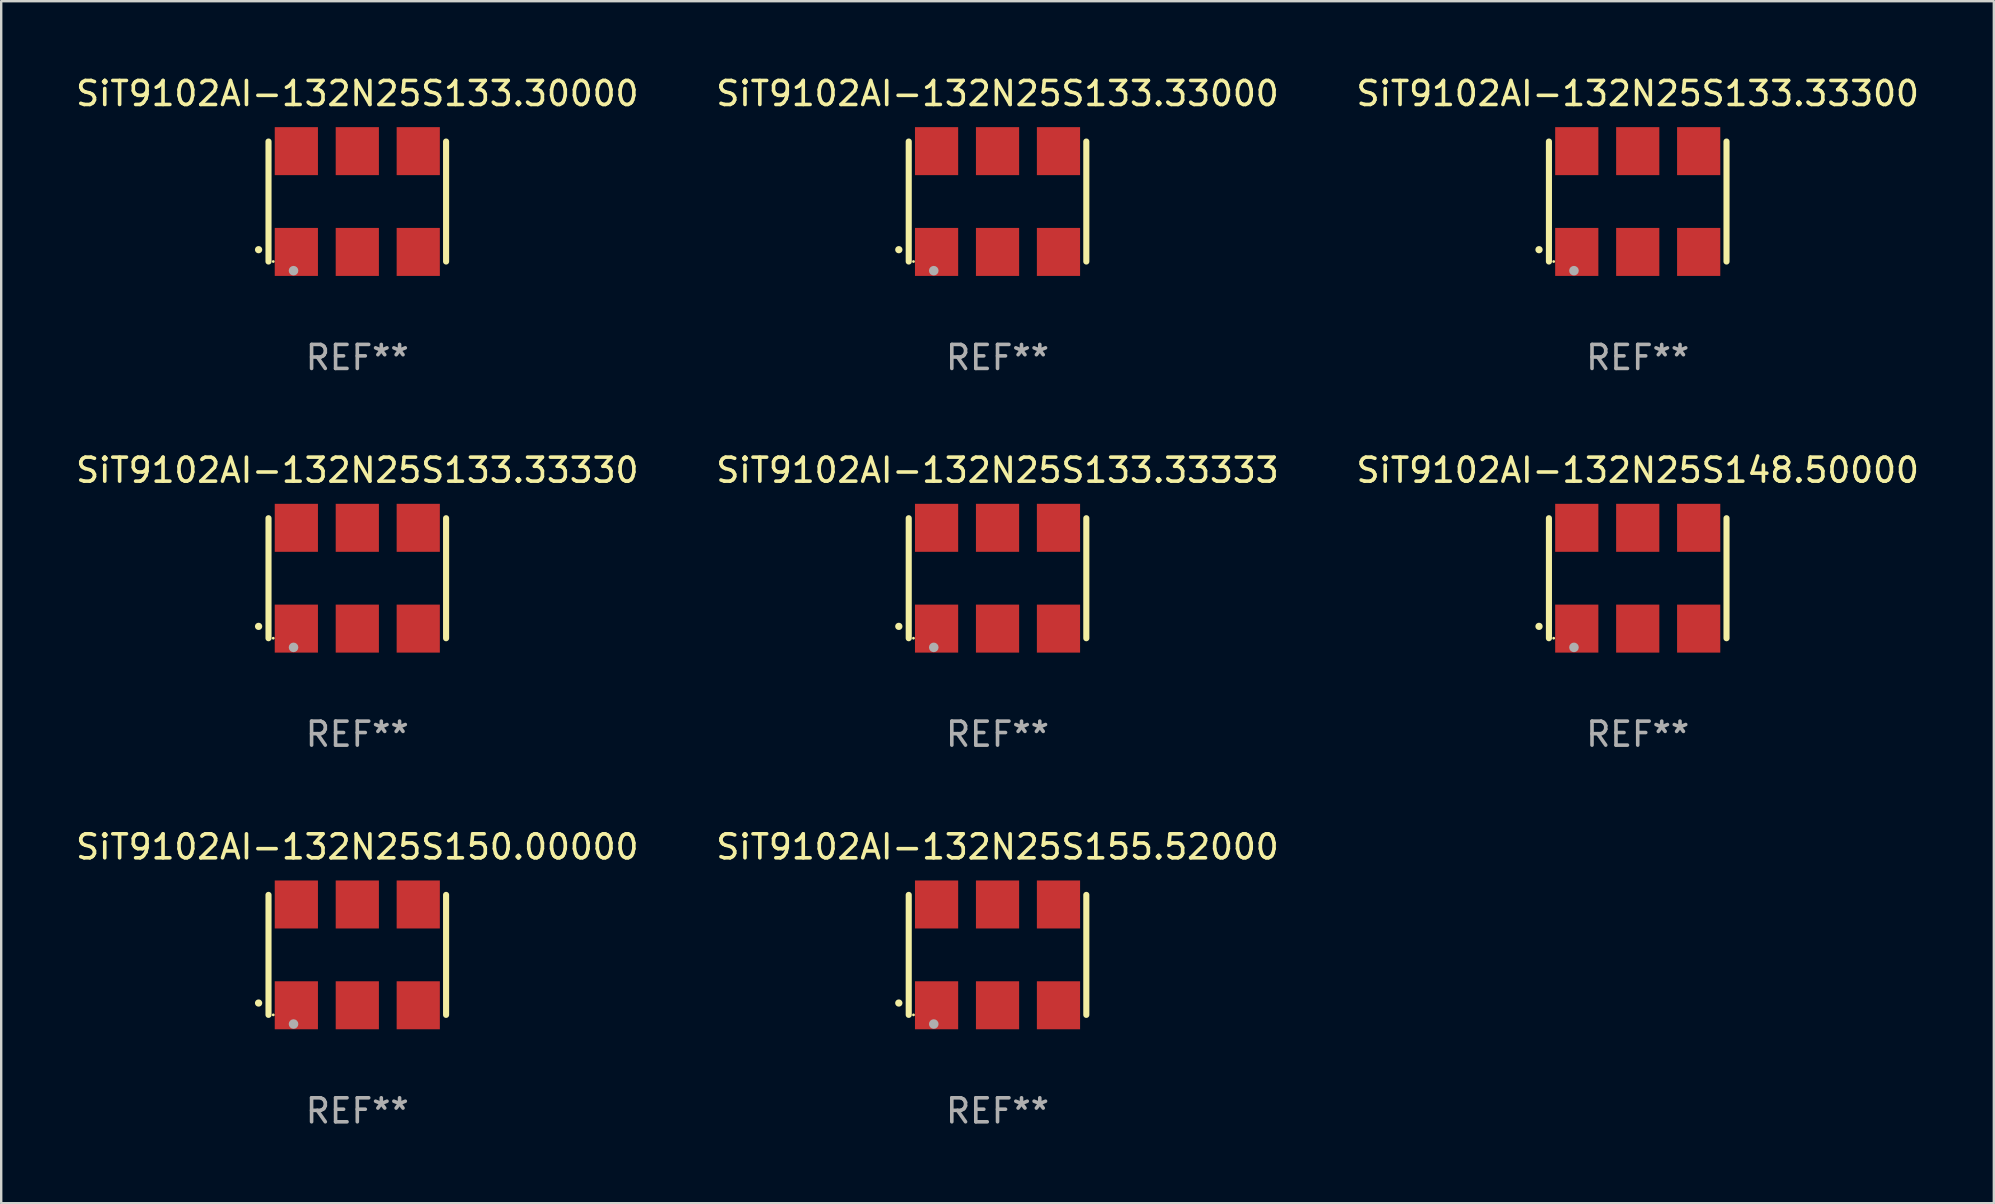
<source format=kicad_pcb>
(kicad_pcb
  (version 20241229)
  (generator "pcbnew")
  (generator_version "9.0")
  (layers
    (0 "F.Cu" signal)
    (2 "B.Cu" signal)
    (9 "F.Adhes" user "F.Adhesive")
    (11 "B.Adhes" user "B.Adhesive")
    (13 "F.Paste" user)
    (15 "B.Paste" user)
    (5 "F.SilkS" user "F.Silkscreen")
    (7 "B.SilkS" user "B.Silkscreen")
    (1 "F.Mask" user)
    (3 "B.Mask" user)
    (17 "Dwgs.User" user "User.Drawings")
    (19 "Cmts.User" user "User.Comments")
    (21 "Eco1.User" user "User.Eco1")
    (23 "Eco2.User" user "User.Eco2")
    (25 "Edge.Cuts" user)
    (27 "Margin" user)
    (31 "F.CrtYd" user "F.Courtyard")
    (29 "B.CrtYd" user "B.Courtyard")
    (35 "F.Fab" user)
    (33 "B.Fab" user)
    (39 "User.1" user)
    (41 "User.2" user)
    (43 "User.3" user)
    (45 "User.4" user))
  (footprint "SiT9102AI-132N25S133.33300"
    (layer "F.Cu")
    (at 65.196 5.348)
    (property "Reference" "SiT9102AI-132N25S133.33300" (at 0 -4.5 0) (layer "F.SilkS") (effects (font (size 1 1) (thickness 0.15))))
    (attr through_hole)
    (fp_line (start -3.7 -2.5) (end -3.7 2.5) (stroke (width 0.254) (type solid)) (layer "F.SilkS"))
    (fp_line (start 3.7 -2.5) (end 3.7 2.5) (stroke (width 0.254) (type solid)) (layer "F.SilkS"))
    (fp_arc (start -4.114415 2.006604) (mid -4.113145 2.006599) (end -4.111875 2.006604) (stroke (width 0.3) (type solid)) (layer "F.SilkS"))
    (fp_circle (center -3.502 2.5) (end -3.472 2.5) (stroke (width 0.06) (type solid)) (fill no) (layer "F.SilkS"))
    (fp_circle (center -2.657 2.882) (end -2.557 2.882) (stroke (width 0.2) (type solid)) (fill no) (layer "F.Fab"))
    (fp_text user "REF**" (at 0 6.5 0) (layer "F.Fab") (effects (font (size 1 1) (thickness 0.15))))
    (pad "1" smd rect (at -2.54 2.1) (size 1.8 2) (layers "F.Cu" "F.Mask" "F.Paste"))
    (pad "2" smd rect (at 0.000394 2.1) (size 1.8 2) (layers "F.Cu" "F.Mask" "F.Paste"))
    (pad "3" smd rect (at 2.54 2.1) (size 1.8 2) (layers "F.Cu" "F.Mask" "F.Paste"))
    (pad "4" smd rect (at 2.54 -2.1) (size 1.8 2) (layers "F.Cu" "F.Mask" "F.Paste"))
    (pad "5" smd rect (at 0.000394 -2.1) (size 1.8 2) (layers "F.Cu" "F.Mask" "F.Paste"))
    (pad "6" smd rect (at -2.54 -2.1) (size 1.8 2) (layers "F.Cu" "F.Mask" "F.Paste")))
  (footprint "SiT9102AI-132N25S155.52000"
    (layer "F.Cu")
    (at 38.518 36.741)
    (property "Reference" "SiT9102AI-132N25S155.52000" (at 0 -4.5 0) (layer "F.SilkS") (effects (font (size 1 1) (thickness 0.15))))
    (attr through_hole)
    (fp_line (start -3.7 -2.5) (end -3.7 2.5) (stroke (width 0.254) (type solid)) (layer "F.SilkS"))
    (fp_line (start 3.7 -2.5) (end 3.7 2.5) (stroke (width 0.254) (type solid)) (layer "F.SilkS"))
    (fp_arc (start -4.114415 2.006604) (mid -4.113145 2.006599) (end -4.111875 2.006604) (stroke (width 0.3) (type solid)) (layer "F.SilkS"))
    (fp_circle (center -3.502 2.5) (end -3.472 2.5) (stroke (width 0.06) (type solid)) (fill no) (layer "F.SilkS"))
    (fp_circle (center -2.657 2.882) (end -2.557 2.882) (stroke (width 0.2) (type solid)) (fill no) (layer "F.Fab"))
    (fp_text user "REF**" (at 0 6.5 0) (layer "F.Fab") (effects (font (size 1 1) (thickness 0.15))))
    (pad "1" smd rect (at -2.54 2.1) (size 1.8 2) (layers "F.Cu" "F.Mask" "F.Paste"))
    (pad "2" smd rect (at 0.000394 2.1) (size 1.8 2) (layers "F.Cu" "F.Mask" "F.Paste"))
    (pad "3" smd rect (at 2.54 2.1) (size 1.8 2) (layers "F.Cu" "F.Mask" "F.Paste"))
    (pad "4" smd rect (at 2.54 -2.1) (size 1.8 2) (layers "F.Cu" "F.Mask" "F.Paste"))
    (pad "5" smd rect (at 0.000394 -2.1) (size 1.8 2) (layers "F.Cu" "F.Mask" "F.Paste"))
    (pad "6" smd rect (at -2.54 -2.1) (size 1.8 2) (layers "F.Cu" "F.Mask" "F.Paste")))
  (footprint "SiT9102AI-132N25S150.00000"
    (layer "F.Cu")
    (at 11.839 36.741)
    (property "Reference" "SiT9102AI-132N25S150.00000" (at 0 -4.5 0) (layer "F.SilkS") (effects (font (size 1 1) (thickness 0.15))))
    (attr through_hole)
    (fp_line (start -3.7 -2.5) (end -3.7 2.5) (stroke (width 0.254) (type solid)) (layer "F.SilkS"))
    (fp_line (start 3.7 -2.5) (end 3.7 2.5) (stroke (width 0.254) (type solid)) (layer "F.SilkS"))
    (fp_arc (start -4.114415 2.006604) (mid -4.113145 2.006599) (end -4.111875 2.006604) (stroke (width 0.3) (type solid)) (layer "F.SilkS"))
    (fp_circle (center -3.502 2.5) (end -3.472 2.5) (stroke (width 0.06) (type solid)) (fill no) (layer "F.SilkS"))
    (fp_circle (center -2.657 2.882) (end -2.557 2.882) (stroke (width 0.2) (type solid)) (fill no) (layer "F.Fab"))
    (fp_text user "REF**" (at 0 6.5 0) (layer "F.Fab") (effects (font (size 1 1) (thickness 0.15))))
    (pad "1" smd rect (at -2.54 2.1) (size 1.8 2) (layers "F.Cu" "F.Mask" "F.Paste"))
    (pad "2" smd rect (at 0.000394 2.1) (size 1.8 2) (layers "F.Cu" "F.Mask" "F.Paste"))
    (pad "3" smd rect (at 2.54 2.1) (size 1.8 2) (layers "F.Cu" "F.Mask" "F.Paste"))
    (pad "4" smd rect (at 2.54 -2.1) (size 1.8 2) (layers "F.Cu" "F.Mask" "F.Paste"))
    (pad "5" smd rect (at 0.000394 -2.1) (size 1.8 2) (layers "F.Cu" "F.Mask" "F.Paste"))
    (pad "6" smd rect (at -2.54 -2.1) (size 1.8 2) (layers "F.Cu" "F.Mask" "F.Paste")))
  (footprint "SiT9102AI-132N25S133.30000"
    (layer "F.Cu")
    (at 11.839 5.348)
    (property "Reference" "SiT9102AI-132N25S133.30000" (at 0 -4.5 0) (layer "F.SilkS") (effects (font (size 1 1) (thickness 0.15))))
    (attr through_hole)
    (fp_line (start -3.7 -2.5) (end -3.7 2.5) (stroke (width 0.254) (type solid)) (layer "F.SilkS"))
    (fp_line (start 3.7 -2.5) (end 3.7 2.5) (stroke (width 0.254) (type solid)) (layer "F.SilkS"))
    (fp_arc (start -4.114415 2.006604) (mid -4.113145 2.006599) (end -4.111875 2.006604) (stroke (width 0.3) (type solid)) (layer "F.SilkS"))
    (fp_circle (center -3.502 2.5) (end -3.472 2.5) (stroke (width 0.06) (type solid)) (fill no) (layer "F.SilkS"))
    (fp_circle (center -2.657 2.882) (end -2.557 2.882) (stroke (width 0.2) (type solid)) (fill no) (layer "F.Fab"))
    (fp_text user "REF**" (at 0 6.5 0) (layer "F.Fab") (effects (font (size 1 1) (thickness 0.15))))
    (pad "1" smd rect (at -2.54 2.1) (size 1.8 2) (layers "F.Cu" "F.Mask" "F.Paste"))
    (pad "2" smd rect (at 0.000394 2.1) (size 1.8 2) (layers "F.Cu" "F.Mask" "F.Paste"))
    (pad "3" smd rect (at 2.54 2.1) (size 1.8 2) (layers "F.Cu" "F.Mask" "F.Paste"))
    (pad "4" smd rect (at 2.54 -2.1) (size 1.8 2) (layers "F.Cu" "F.Mask" "F.Paste"))
    (pad "5" smd rect (at 0.000394 -2.1) (size 1.8 2) (layers "F.Cu" "F.Mask" "F.Paste"))
    (pad "6" smd rect (at -2.54 -2.1) (size 1.8 2) (layers "F.Cu" "F.Mask" "F.Paste")))
  (footprint "SiT9102AI-132N25S133.33333"
    (layer "F.Cu")
    (at 38.518 21.045)
    (property "Reference" "SiT9102AI-132N25S133.33333" (at 0 -4.5 0) (layer "F.SilkS") (effects (font (size 1 1) (thickness 0.15))))
    (attr through_hole)
    (fp_line (start -3.7 -2.5) (end -3.7 2.5) (stroke (width 0.254) (type solid)) (layer "F.SilkS"))
    (fp_line (start 3.7 -2.5) (end 3.7 2.5) (stroke (width 0.254) (type solid)) (layer "F.SilkS"))
    (fp_arc (start -4.114415 2.006604) (mid -4.113145 2.006599) (end -4.111875 2.006604) (stroke (width 0.3) (type solid)) (layer "F.SilkS"))
    (fp_circle (center -3.502 2.5) (end -3.472 2.5) (stroke (width 0.06) (type solid)) (fill no) (layer "F.SilkS"))
    (fp_circle (center -2.657 2.882) (end -2.557 2.882) (stroke (width 0.2) (type solid)) (fill no) (layer "F.Fab"))
    (fp_text user "REF**" (at 0 6.5 0) (layer "F.Fab") (effects (font (size 1 1) (thickness 0.15))))
    (pad "1" smd rect (at -2.54 2.1) (size 1.8 2) (layers "F.Cu" "F.Mask" "F.Paste"))
    (pad "2" smd rect (at 0.000394 2.1) (size 1.8 2) (layers "F.Cu" "F.Mask" "F.Paste"))
    (pad "3" smd rect (at 2.54 2.1) (size 1.8 2) (layers "F.Cu" "F.Mask" "F.Paste"))
    (pad "4" smd rect (at 2.54 -2.1) (size 1.8 2) (layers "F.Cu" "F.Mask" "F.Paste"))
    (pad "5" smd rect (at 0.000394 -2.1) (size 1.8 2) (layers "F.Cu" "F.Mask" "F.Paste"))
    (pad "6" smd rect (at -2.54 -2.1) (size 1.8 2) (layers "F.Cu" "F.Mask" "F.Paste")))
  (footprint "SiT9102AI-132N25S133.33330"
    (layer "F.Cu")
    (at 11.839 21.045)
    (property "Reference" "SiT9102AI-132N25S133.33330" (at 0 -4.5 0) (layer "F.SilkS") (effects (font (size 1 1) (thickness 0.15))))
    (attr through_hole)
    (fp_line (start -3.7 -2.5) (end -3.7 2.5) (stroke (width 0.254) (type solid)) (layer "F.SilkS"))
    (fp_line (start 3.7 -2.5) (end 3.7 2.5) (stroke (width 0.254) (type solid)) (layer "F.SilkS"))
    (fp_arc (start -4.114415 2.006604) (mid -4.113145 2.006599) (end -4.111875 2.006604) (stroke (width 0.3) (type solid)) (layer "F.SilkS"))
    (fp_circle (center -3.502 2.5) (end -3.472 2.5) (stroke (width 0.06) (type solid)) (fill no) (layer "F.SilkS"))
    (fp_circle (center -2.657 2.882) (end -2.557 2.882) (stroke (width 0.2) (type solid)) (fill no) (layer "F.Fab"))
    (fp_text user "REF**" (at 0 6.5 0) (layer "F.Fab") (effects (font (size 1 1) (thickness 0.15))))
    (pad "1" smd rect (at -2.54 2.1) (size 1.8 2) (layers "F.Cu" "F.Mask" "F.Paste"))
    (pad "2" smd rect (at 0.000394 2.1) (size 1.8 2) (layers "F.Cu" "F.Mask" "F.Paste"))
    (pad "3" smd rect (at 2.54 2.1) (size 1.8 2) (layers "F.Cu" "F.Mask" "F.Paste"))
    (pad "4" smd rect (at 2.54 -2.1) (size 1.8 2) (layers "F.Cu" "F.Mask" "F.Paste"))
    (pad "5" smd rect (at 0.000394 -2.1) (size 1.8 2) (layers "F.Cu" "F.Mask" "F.Paste"))
    (pad "6" smd rect (at -2.54 -2.1) (size 1.8 2) (layers "F.Cu" "F.Mask" "F.Paste")))
  (footprint "SiT9102AI-132N25S133.33000"
    (layer "F.Cu")
    (at 38.518 5.348)
    (property "Reference" "SiT9102AI-132N25S133.33000" (at 0 -4.5 0) (layer "F.SilkS") (effects (font (size 1 1) (thickness 0.15))))
    (attr through_hole)
    (fp_line (start -3.7 -2.5) (end -3.7 2.5) (stroke (width 0.254) (type solid)) (layer "F.SilkS"))
    (fp_line (start 3.7 -2.5) (end 3.7 2.5) (stroke (width 0.254) (type solid)) (layer "F.SilkS"))
    (fp_arc (start -4.114415 2.006604) (mid -4.113145 2.006599) (end -4.111875 2.006604) (stroke (width 0.3) (type solid)) (layer "F.SilkS"))
    (fp_circle (center -3.502 2.5) (end -3.472 2.5) (stroke (width 0.06) (type solid)) (fill no) (layer "F.SilkS"))
    (fp_circle (center -2.657 2.882) (end -2.557 2.882) (stroke (width 0.2) (type solid)) (fill no) (layer "F.Fab"))
    (fp_text user "REF**" (at 0 6.5 0) (layer "F.Fab") (effects (font (size 1 1) (thickness 0.15))))
    (pad "1" smd rect (at -2.54 2.1) (size 1.8 2) (layers "F.Cu" "F.Mask" "F.Paste"))
    (pad "2" smd rect (at 0.000394 2.1) (size 1.8 2) (layers "F.Cu" "F.Mask" "F.Paste"))
    (pad "3" smd rect (at 2.54 2.1) (size 1.8 2) (layers "F.Cu" "F.Mask" "F.Paste"))
    (pad "4" smd rect (at 2.54 -2.1) (size 1.8 2) (layers "F.Cu" "F.Mask" "F.Paste"))
    (pad "5" smd rect (at 0.000394 -2.1) (size 1.8 2) (layers "F.Cu" "F.Mask" "F.Paste"))
    (pad "6" smd rect (at -2.54 -2.1) (size 1.8 2) (layers "F.Cu" "F.Mask" "F.Paste")))
  (footprint "SiT9102AI-132N25S148.50000"
    (layer "F.Cu")
    (at 65.196 21.045)
    (property "Reference" "SiT9102AI-132N25S148.50000" (at 0 -4.5 0) (layer "F.SilkS") (effects (font (size 1 1) (thickness 0.15))))
    (attr through_hole)
    (fp_line (start -3.7 -2.5) (end -3.7 2.5) (stroke (width 0.254) (type solid)) (layer "F.SilkS"))
    (fp_line (start 3.7 -2.5) (end 3.7 2.5) (stroke (width 0.254) (type solid)) (layer "F.SilkS"))
    (fp_arc (start -4.114415 2.006604) (mid -4.113145 2.006599) (end -4.111875 2.006604) (stroke (width 0.3) (type solid)) (layer "F.SilkS"))
    (fp_circle (center -3.502 2.5) (end -3.472 2.5) (stroke (width 0.06) (type solid)) (fill no) (layer "F.SilkS"))
    (fp_circle (center -2.657 2.882) (end -2.557 2.882) (stroke (width 0.2) (type solid)) (fill no) (layer "F.Fab"))
    (fp_text user "REF**" (at 0 6.5 0) (layer "F.Fab") (effects (font (size 1 1) (thickness 0.15))))
    (pad "1" smd rect (at -2.54 2.1) (size 1.8 2) (layers "F.Cu" "F.Mask" "F.Paste"))
    (pad "2" smd rect (at 0.000394 2.1) (size 1.8 2) (layers "F.Cu" "F.Mask" "F.Paste"))
    (pad "3" smd rect (at 2.54 2.1) (size 1.8 2) (layers "F.Cu" "F.Mask" "F.Paste"))
    (pad "4" smd rect (at 2.54 -2.1) (size 1.8 2) (layers "F.Cu" "F.Mask" "F.Paste"))
    (pad "5" smd rect (at 0.000394 -2.1) (size 1.8 2) (layers "F.Cu" "F.Mask" "F.Paste"))
    (pad "6" smd rect (at -2.54 -2.1) (size 1.8 2) (layers "F.Cu" "F.Mask" "F.Paste")))
  (gr_rect
    (start -3 -3)
    (end 80.036 47.09)
    (stroke (width 0.1) (type default))
    (fill no)
    (layer "Edge.Cuts")))
</source>
